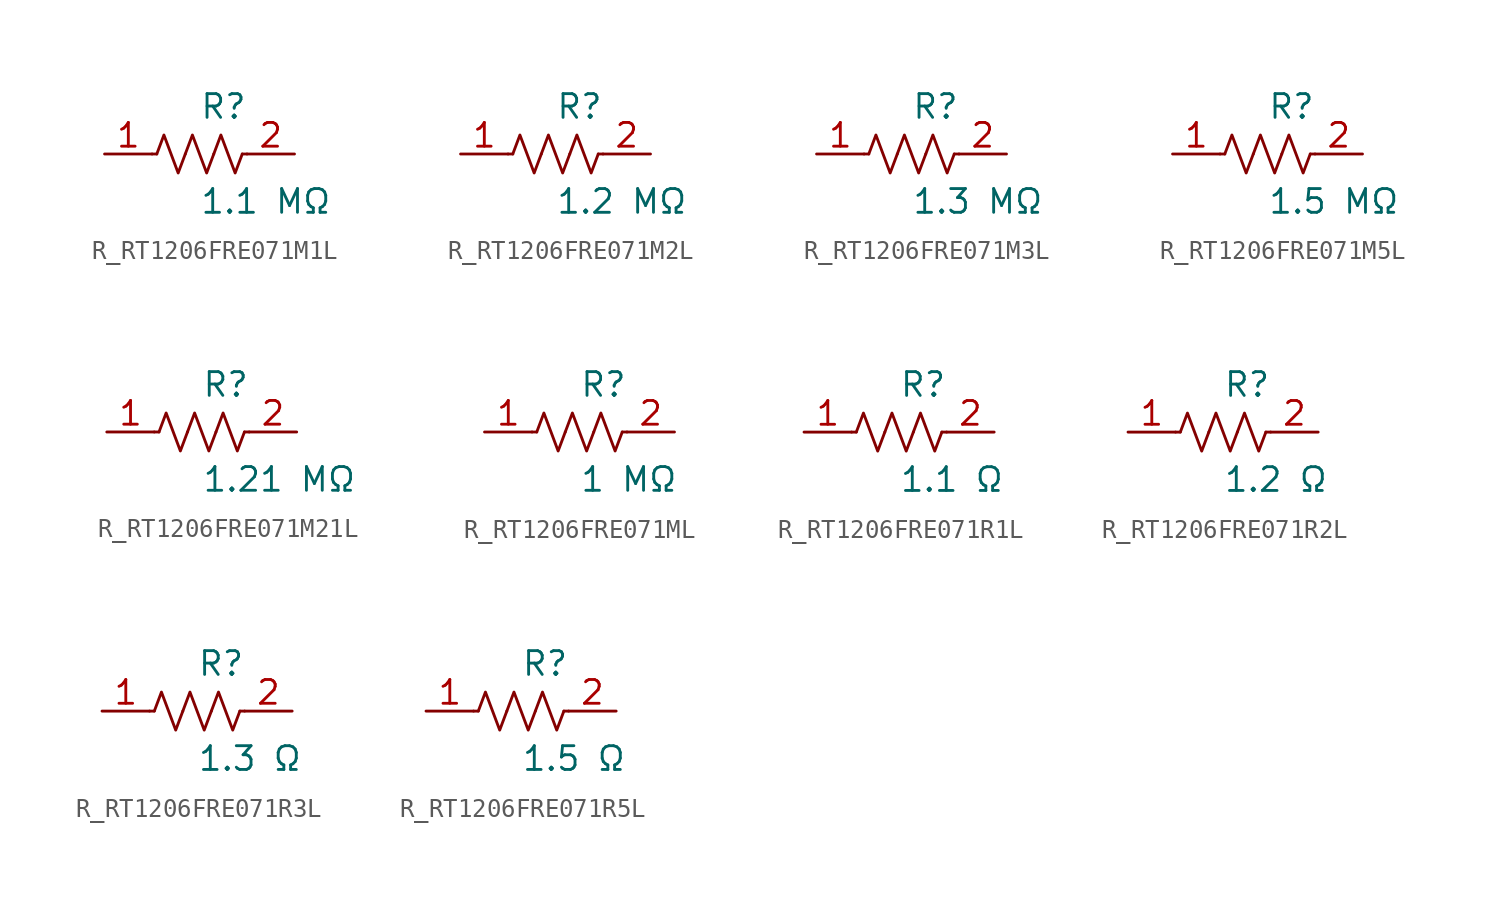
<source format=kicad_sym>
(kicad_symbol_lib
  (version 20231120)
  (generator kicad_symbol_editor)
  (generator_version 8.0)
  (symbol "R_RT1206FRE071M1L"
    (pin_names
      (offset 0.254))
    (property "Reference" "R"
      (at 0 2.54 0)
      (effects (font (size 1.27 1.27)) (justify left)))
    (property "Value" "1.1 MΩ"
      (at 0 -2.54 0)
      (effects (font (size 1.27 1.27)) (justify left)))
    (symbol "R_RT1206FRE071M1L_0_1"
      (polyline (pts (xy 2.286 0) (xy 2.54 0)) (stroke (width 0) (type default)) (fill (type none)))
      (polyline (pts (xy -2.286 0) (xy -2.54 0)) (stroke (width 0) (type default)) (fill (type none)))
      (polyline (pts (xy 0.762 0) (xy 1.143 1.016) (xy 1.524 0) (xy 1.905 -1.016) (xy 2.286 0)) (stroke (width 0) (type default)) (fill (type none)))
      (polyline (pts (xy -0.762 0) (xy -0.381 1.016) (xy 0 0) (xy 0.381 -1.016) (xy 0.762 0)) (stroke (width 0) (type default)) (fill (type none)))
      (polyline (pts (xy -2.286 0) (xy -1.905 1.016) (xy -1.524 0) (xy -1.143 -1.016) (xy -0.762 0)) (stroke (width 0) (type default)) (fill (type none))))
    (pin unspecified line
      (at -5.08 0 0)
      (length 2.54)
      (name "" (effects (font (size 1.27 1.27))))
      (number "1" (effects (font (size 1.27 1.27)))))
    (pin unspecified line
      (at 5.08 0 180)
      (length 2.54)
      (name "" (effects (font (size 1.27 1.27))))
      (number "2" (effects (font (size 1.27 1.27))))))
  (symbol "R_RT1206FRE071M2L"
    (pin_names
      (offset 0.254))
    (property "Reference" "R"
      (at 0 2.54 0)
      (effects (font (size 1.27 1.27)) (justify left)))
    (property "Value" "1.2 MΩ"
      (at 0 -2.54 0)
      (effects (font (size 1.27 1.27)) (justify left)))
    (symbol "R_RT1206FRE071M2L_0_1"
      (polyline (pts (xy 2.286 0) (xy 2.54 0)) (stroke (width 0) (type default)) (fill (type none)))
      (polyline (pts (xy -2.286 0) (xy -2.54 0)) (stroke (width 0) (type default)) (fill (type none)))
      (polyline (pts (xy 0.762 0) (xy 1.143 1.016) (xy 1.524 0) (xy 1.905 -1.016) (xy 2.286 0)) (stroke (width 0) (type default)) (fill (type none)))
      (polyline (pts (xy -0.762 0) (xy -0.381 1.016) (xy 0 0) (xy 0.381 -1.016) (xy 0.762 0)) (stroke (width 0) (type default)) (fill (type none)))
      (polyline (pts (xy -2.286 0) (xy -1.905 1.016) (xy -1.524 0) (xy -1.143 -1.016) (xy -0.762 0)) (stroke (width 0) (type default)) (fill (type none))))
    (pin unspecified line
      (at -5.08 0 0)
      (length 2.54)
      (name "" (effects (font (size 1.27 1.27))))
      (number "1" (effects (font (size 1.27 1.27)))))
    (pin unspecified line
      (at 5.08 0 180)
      (length 2.54)
      (name "" (effects (font (size 1.27 1.27))))
      (number "2" (effects (font (size 1.27 1.27))))))
  (symbol "R_RT1206FRE071M3L"
    (pin_names
      (offset 0.254))
    (property "Reference" "R"
      (at 0 2.54 0)
      (effects (font (size 1.27 1.27)) (justify left)))
    (property "Value" "1.3 MΩ"
      (at 0 -2.54 0)
      (effects (font (size 1.27 1.27)) (justify left)))
    (symbol "R_RT1206FRE071M3L_0_1"
      (polyline (pts (xy 2.286 0) (xy 2.54 0)) (stroke (width 0) (type default)) (fill (type none)))
      (polyline (pts (xy -2.286 0) (xy -2.54 0)) (stroke (width 0) (type default)) (fill (type none)))
      (polyline (pts (xy 0.762 0) (xy 1.143 1.016) (xy 1.524 0) (xy 1.905 -1.016) (xy 2.286 0)) (stroke (width 0) (type default)) (fill (type none)))
      (polyline (pts (xy -0.762 0) (xy -0.381 1.016) (xy 0 0) (xy 0.381 -1.016) (xy 0.762 0)) (stroke (width 0) (type default)) (fill (type none)))
      (polyline (pts (xy -2.286 0) (xy -1.905 1.016) (xy -1.524 0) (xy -1.143 -1.016) (xy -0.762 0)) (stroke (width 0) (type default)) (fill (type none))))
    (pin unspecified line
      (at -5.08 0 0)
      (length 2.54)
      (name "" (effects (font (size 1.27 1.27))))
      (number "1" (effects (font (size 1.27 1.27)))))
    (pin unspecified line
      (at 5.08 0 180)
      (length 2.54)
      (name "" (effects (font (size 1.27 1.27))))
      (number "2" (effects (font (size 1.27 1.27))))))
  (symbol "R_RT1206FRE071M5L"
    (pin_names
      (offset 0.254))
    (property "Reference" "R"
      (at 0 2.54 0)
      (effects (font (size 1.27 1.27)) (justify left)))
    (property "Value" "1.5 MΩ"
      (at 0 -2.54 0)
      (effects (font (size 1.27 1.27)) (justify left)))
    (symbol "R_RT1206FRE071M5L_0_1"
      (polyline (pts (xy 2.286 0) (xy 2.54 0)) (stroke (width 0) (type default)) (fill (type none)))
      (polyline (pts (xy -2.286 0) (xy -2.54 0)) (stroke (width 0) (type default)) (fill (type none)))
      (polyline (pts (xy 0.762 0) (xy 1.143 1.016) (xy 1.524 0) (xy 1.905 -1.016) (xy 2.286 0)) (stroke (width 0) (type default)) (fill (type none)))
      (polyline (pts (xy -0.762 0) (xy -0.381 1.016) (xy 0 0) (xy 0.381 -1.016) (xy 0.762 0)) (stroke (width 0) (type default)) (fill (type none)))
      (polyline (pts (xy -2.286 0) (xy -1.905 1.016) (xy -1.524 0) (xy -1.143 -1.016) (xy -0.762 0)) (stroke (width 0) (type default)) (fill (type none))))
    (pin unspecified line
      (at -5.08 0 0)
      (length 2.54)
      (name "" (effects (font (size 1.27 1.27))))
      (number "1" (effects (font (size 1.27 1.27)))))
    (pin unspecified line
      (at 5.08 0 180)
      (length 2.54)
      (name "" (effects (font (size 1.27 1.27))))
      (number "2" (effects (font (size 1.27 1.27))))))
  (symbol "R_RT1206FRE071M21L"
    (pin_names
      (offset 0.254))
    (property "Reference" "R"
      (at 0 2.54 0)
      (effects (font (size 1.27 1.27)) (justify left)))
    (property "Value" "1.21 MΩ"
      (at 0 -2.54 0)
      (effects (font (size 1.27 1.27)) (justify left)))
    (symbol "R_RT1206FRE071M21L_0_1"
      (polyline (pts (xy 2.286 0) (xy 2.54 0)) (stroke (width 0) (type default)) (fill (type none)))
      (polyline (pts (xy -2.286 0) (xy -2.54 0)) (stroke (width 0) (type default)) (fill (type none)))
      (polyline (pts (xy 0.762 0) (xy 1.143 1.016) (xy 1.524 0) (xy 1.905 -1.016) (xy 2.286 0)) (stroke (width 0) (type default)) (fill (type none)))
      (polyline (pts (xy -0.762 0) (xy -0.381 1.016) (xy 0 0) (xy 0.381 -1.016) (xy 0.762 0)) (stroke (width 0) (type default)) (fill (type none)))
      (polyline (pts (xy -2.286 0) (xy -1.905 1.016) (xy -1.524 0) (xy -1.143 -1.016) (xy -0.762 0)) (stroke (width 0) (type default)) (fill (type none))))
    (pin unspecified line
      (at -5.08 0 0)
      (length 2.54)
      (name "" (effects (font (size 1.27 1.27))))
      (number "1" (effects (font (size 1.27 1.27)))))
    (pin unspecified line
      (at 5.08 0 180)
      (length 2.54)
      (name "" (effects (font (size 1.27 1.27))))
      (number "2" (effects (font (size 1.27 1.27))))))
  (symbol "R_RT1206FRE071ML"
    (pin_names
      (offset 0.254))
    (property "Reference" "R"
      (at 0 2.54 0)
      (effects (font (size 1.27 1.27)) (justify left)))
    (property "Value" "1 MΩ"
      (at 0 -2.54 0)
      (effects (font (size 1.27 1.27)) (justify left)))
    (symbol "R_RT1206FRE071ML_0_1"
      (polyline (pts (xy 2.286 0) (xy 2.54 0)) (stroke (width 0) (type default)) (fill (type none)))
      (polyline (pts (xy -2.286 0) (xy -2.54 0)) (stroke (width 0) (type default)) (fill (type none)))
      (polyline (pts (xy 0.762 0) (xy 1.143 1.016) (xy 1.524 0) (xy 1.905 -1.016) (xy 2.286 0)) (stroke (width 0) (type default)) (fill (type none)))
      (polyline (pts (xy -0.762 0) (xy -0.381 1.016) (xy 0 0) (xy 0.381 -1.016) (xy 0.762 0)) (stroke (width 0) (type default)) (fill (type none)))
      (polyline (pts (xy -2.286 0) (xy -1.905 1.016) (xy -1.524 0) (xy -1.143 -1.016) (xy -0.762 0)) (stroke (width 0) (type default)) (fill (type none))))
    (pin unspecified line
      (at -5.08 0 0)
      (length 2.54)
      (name "" (effects (font (size 1.27 1.27))))
      (number "1" (effects (font (size 1.27 1.27)))))
    (pin unspecified line
      (at 5.08 0 180)
      (length 2.54)
      (name "" (effects (font (size 1.27 1.27))))
      (number "2" (effects (font (size 1.27 1.27))))))
  (symbol "R_RT1206FRE071R1L"
    (pin_names
      (offset 0.254))
    (property "Reference" "R"
      (at 0 2.54 0)
      (effects (font (size 1.27 1.27)) (justify left)))
    (property "Value" "1.1 Ω"
      (at 0 -2.54 0)
      (effects (font (size 1.27 1.27)) (justify left)))
    (symbol "R_RT1206FRE071R1L_0_1"
      (polyline (pts (xy 2.286 0) (xy 2.54 0)) (stroke (width 0) (type default)) (fill (type none)))
      (polyline (pts (xy -2.286 0) (xy -2.54 0)) (stroke (width 0) (type default)) (fill (type none)))
      (polyline (pts (xy 0.762 0) (xy 1.143 1.016) (xy 1.524 0) (xy 1.905 -1.016) (xy 2.286 0)) (stroke (width 0) (type default)) (fill (type none)))
      (polyline (pts (xy -0.762 0) (xy -0.381 1.016) (xy 0 0) (xy 0.381 -1.016) (xy 0.762 0)) (stroke (width 0) (type default)) (fill (type none)))
      (polyline (pts (xy -2.286 0) (xy -1.905 1.016) (xy -1.524 0) (xy -1.143 -1.016) (xy -0.762 0)) (stroke (width 0) (type default)) (fill (type none))))
    (pin unspecified line
      (at -5.08 0 0)
      (length 2.54)
      (name "" (effects (font (size 1.27 1.27))))
      (number "1" (effects (font (size 1.27 1.27)))))
    (pin unspecified line
      (at 5.08 0 180)
      (length 2.54)
      (name "" (effects (font (size 1.27 1.27))))
      (number "2" (effects (font (size 1.27 1.27))))))
  (symbol "R_RT1206FRE071R2L"
    (pin_names
      (offset 0.254))
    (property "Reference" "R"
      (at 0 2.54 0)
      (effects (font (size 1.27 1.27)) (justify left)))
    (property "Value" "1.2 Ω"
      (at 0 -2.54 0)
      (effects (font (size 1.27 1.27)) (justify left)))
    (symbol "R_RT1206FRE071R2L_0_1"
      (polyline (pts (xy 2.286 0) (xy 2.54 0)) (stroke (width 0) (type default)) (fill (type none)))
      (polyline (pts (xy -2.286 0) (xy -2.54 0)) (stroke (width 0) (type default)) (fill (type none)))
      (polyline (pts (xy 0.762 0) (xy 1.143 1.016) (xy 1.524 0) (xy 1.905 -1.016) (xy 2.286 0)) (stroke (width 0) (type default)) (fill (type none)))
      (polyline (pts (xy -0.762 0) (xy -0.381 1.016) (xy 0 0) (xy 0.381 -1.016) (xy 0.762 0)) (stroke (width 0) (type default)) (fill (type none)))
      (polyline (pts (xy -2.286 0) (xy -1.905 1.016) (xy -1.524 0) (xy -1.143 -1.016) (xy -0.762 0)) (stroke (width 0) (type default)) (fill (type none))))
    (pin unspecified line
      (at -5.08 0 0)
      (length 2.54)
      (name "" (effects (font (size 1.27 1.27))))
      (number "1" (effects (font (size 1.27 1.27)))))
    (pin unspecified line
      (at 5.08 0 180)
      (length 2.54)
      (name "" (effects (font (size 1.27 1.27))))
      (number "2" (effects (font (size 1.27 1.27))))))
  (symbol "R_RT1206FRE071R3L"
    (pin_names
      (offset 0.254))
    (property "Reference" "R"
      (at 0 2.54 0)
      (effects (font (size 1.27 1.27)) (justify left)))
    (property "Value" "1.3 Ω"
      (at 0 -2.54 0)
      (effects (font (size 1.27 1.27)) (justify left)))
    (symbol "R_RT1206FRE071R3L_0_1"
      (polyline (pts (xy 2.286 0) (xy 2.54 0)) (stroke (width 0) (type default)) (fill (type none)))
      (polyline (pts (xy -2.286 0) (xy -2.54 0)) (stroke (width 0) (type default)) (fill (type none)))
      (polyline (pts (xy 0.762 0) (xy 1.143 1.016) (xy 1.524 0) (xy 1.905 -1.016) (xy 2.286 0)) (stroke (width 0) (type default)) (fill (type none)))
      (polyline (pts (xy -0.762 0) (xy -0.381 1.016) (xy 0 0) (xy 0.381 -1.016) (xy 0.762 0)) (stroke (width 0) (type default)) (fill (type none)))
      (polyline (pts (xy -2.286 0) (xy -1.905 1.016) (xy -1.524 0) (xy -1.143 -1.016) (xy -0.762 0)) (stroke (width 0) (type default)) (fill (type none))))
    (pin unspecified line
      (at -5.08 0 0)
      (length 2.54)
      (name "" (effects (font (size 1.27 1.27))))
      (number "1" (effects (font (size 1.27 1.27)))))
    (pin unspecified line
      (at 5.08 0 180)
      (length 2.54)
      (name "" (effects (font (size 1.27 1.27))))
      (number "2" (effects (font (size 1.27 1.27))))))
  (symbol "R_RT1206FRE071R5L"
    (pin_names
      (offset 0.254))
    (property "Reference" "R"
      (at 0 2.54 0)
      (effects (font (size 1.27 1.27)) (justify left)))
    (property "Value" "1.5 Ω"
      (at 0 -2.54 0)
      (effects (font (size 1.27 1.27)) (justify left)))
    (symbol "R_RT1206FRE071R5L_0_1"
      (polyline (pts (xy 2.286 0) (xy 2.54 0)) (stroke (width 0) (type default)) (fill (type none)))
      (polyline (pts (xy -2.286 0) (xy -2.54 0)) (stroke (width 0) (type default)) (fill (type none)))
      (polyline (pts (xy 0.762 0) (xy 1.143 1.016) (xy 1.524 0) (xy 1.905 -1.016) (xy 2.286 0)) (stroke (width 0) (type default)) (fill (type none)))
      (polyline (pts (xy -0.762 0) (xy -0.381 1.016) (xy 0 0) (xy 0.381 -1.016) (xy 0.762 0)) (stroke (width 0) (type default)) (fill (type none)))
      (polyline (pts (xy -2.286 0) (xy -1.905 1.016) (xy -1.524 0) (xy -1.143 -1.016) (xy -0.762 0)) (stroke (width 0) (type default)) (fill (type none))))
    (pin unspecified line
      (at -5.08 0 0)
      (length 2.54)
      (name "" (effects (font (size 1.27 1.27))))
      (number "1" (effects (font (size 1.27 1.27)))))
    (pin unspecified line
      (at 5.08 0 180)
      (length 2.54)
      (name "" (effects (font (size 1.27 1.27))))
      (number "2" (effects (font (size 1.27 1.27)))))))
</source>
